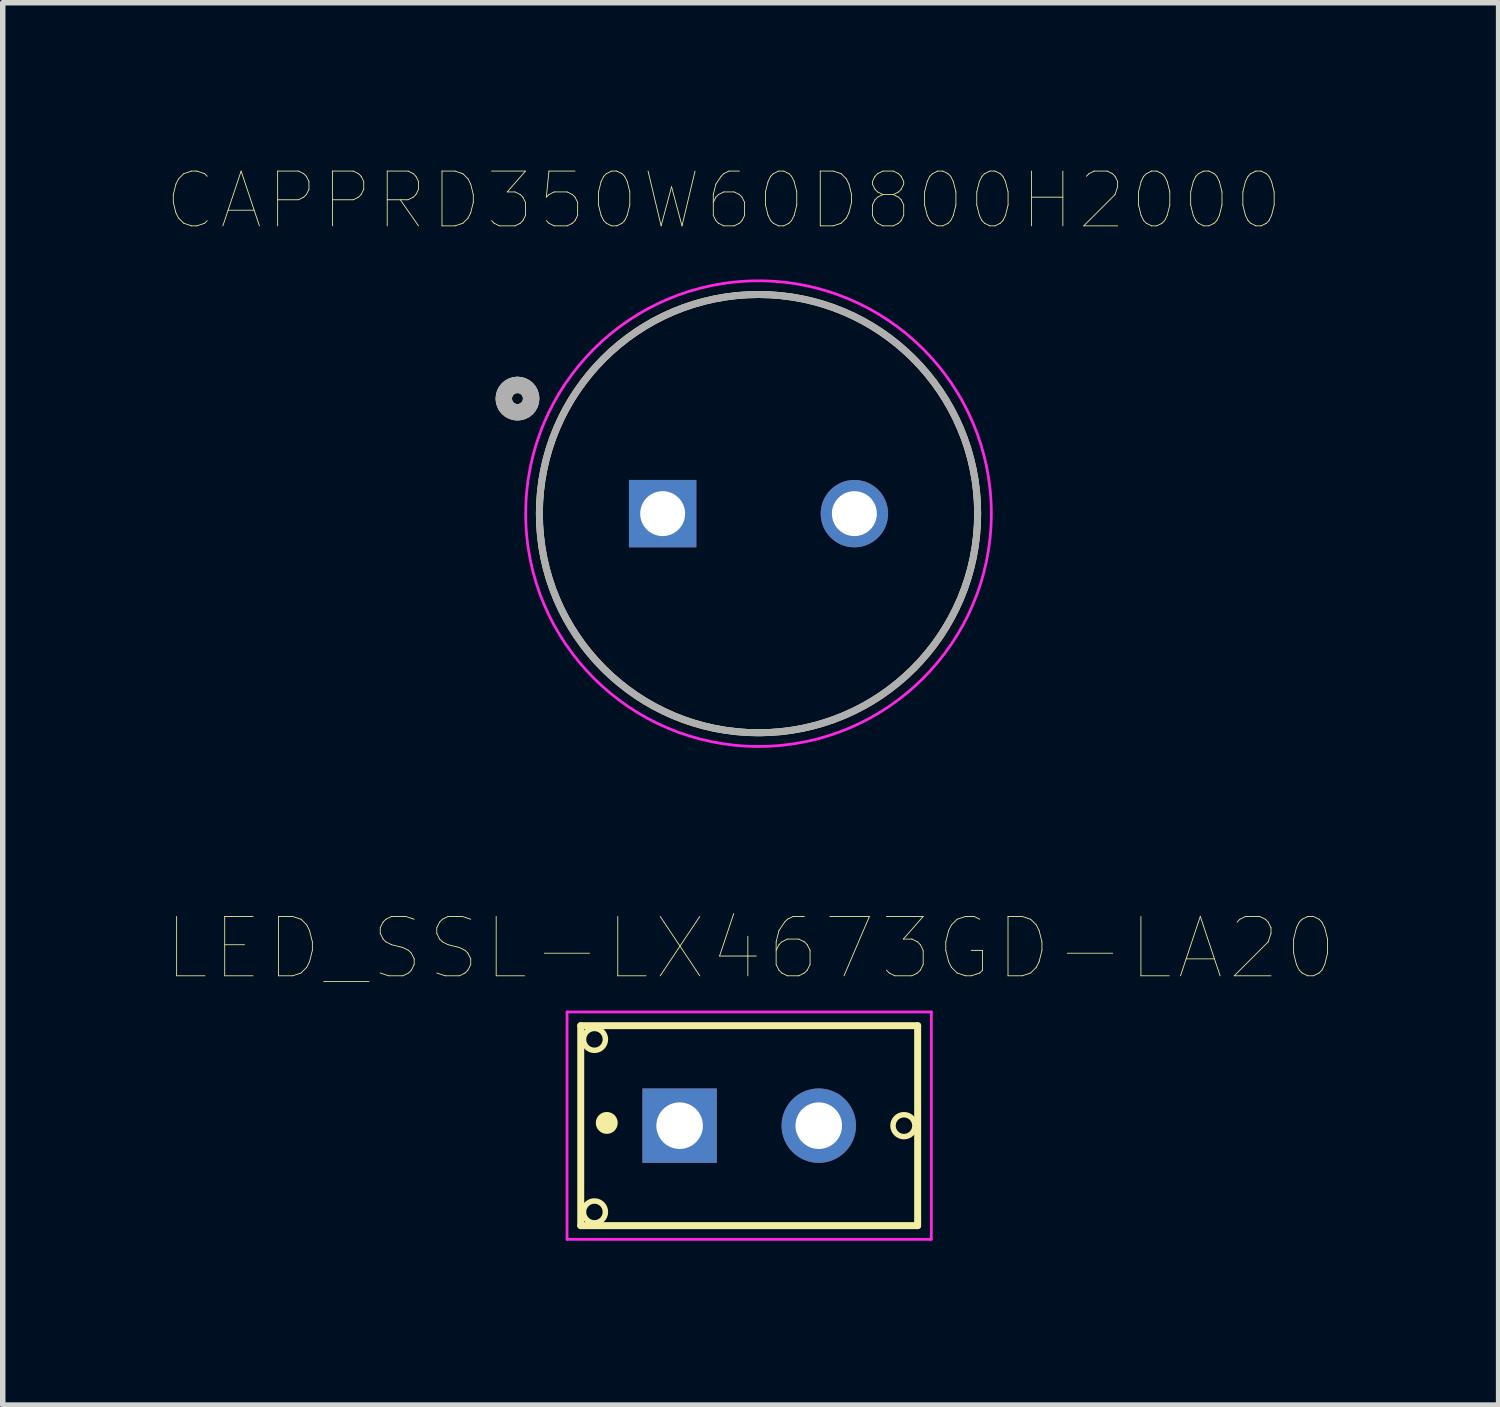
<source format=kicad_pcb>
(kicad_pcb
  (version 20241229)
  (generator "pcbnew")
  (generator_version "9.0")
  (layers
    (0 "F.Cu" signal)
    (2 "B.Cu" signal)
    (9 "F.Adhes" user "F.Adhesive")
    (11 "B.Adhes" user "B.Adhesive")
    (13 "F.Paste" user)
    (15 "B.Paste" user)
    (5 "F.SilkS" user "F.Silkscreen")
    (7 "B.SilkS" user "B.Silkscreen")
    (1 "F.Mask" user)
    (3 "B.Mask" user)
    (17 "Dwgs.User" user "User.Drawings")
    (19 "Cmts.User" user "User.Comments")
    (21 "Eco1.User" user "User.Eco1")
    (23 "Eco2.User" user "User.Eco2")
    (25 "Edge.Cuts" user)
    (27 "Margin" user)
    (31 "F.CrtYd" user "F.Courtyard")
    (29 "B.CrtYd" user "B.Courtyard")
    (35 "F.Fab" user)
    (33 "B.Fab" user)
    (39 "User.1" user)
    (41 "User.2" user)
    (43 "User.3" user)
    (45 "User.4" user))
  (footprint "LED_SSL-LX4673GD-LA20"
    (layer "F.Cu")
    (at 10.626 17.498)
    (property "Reference" "LED_SSL-LX4673GD-LA20" (at 0.027 -3.236 0) (layer "F.SilkS") (effects (font (size 1.084 1.084) (thickness 0.015))))
    (attr through_hole)
    (fp_line (start -3.075 -1.825) (end 3.075 -1.825) (stroke (width 0.127) (type solid)) (layer "F.SilkS"))
    (fp_line (start -3.075 1.825) (end -3.075 -1.825) (stroke (width 0.127) (type solid)) (layer "F.SilkS"))
    (fp_line (start 3.075 -1.825) (end 3.075 1.825) (stroke (width 0.127) (type solid)) (layer "F.SilkS"))
    (fp_line (start 3.075 1.825) (end -3.075 1.825) (stroke (width 0.127) (type solid)) (layer "F.SilkS"))
    (fp_circle (center -2.825 -1.575) (end -2.625 -1.575) (stroke (width 0.1) (type solid)) (fill no) (layer "F.SilkS"))
    (fp_circle (center -2.825 1.575) (end -2.625 1.575) (stroke (width 0.1) (type solid)) (fill no) (layer "F.SilkS"))
    (fp_circle (center -2.6 -0.05) (end -2.5 -0.05) (stroke (width 0.2) (type solid)) (fill no) (layer "F.SilkS"))
    (fp_circle (center 2.825 0) (end 3.025 0) (stroke (width 0.1) (type solid)) (fill no) (layer "F.SilkS"))
    (fp_line (start -3.325 -2.075) (end 3.325 -2.075) (stroke (width 0.05) (type solid)) (layer "F.CrtYd"))
    (fp_line (start -3.325 2.075) (end -3.325 -2.075) (stroke (width 0.05) (type solid)) (layer "F.CrtYd"))
    (fp_line (start 3.325 -2.075) (end 3.325 2.075) (stroke (width 0.05) (type solid)) (layer "F.CrtYd"))
    (fp_line (start 3.325 2.075) (end -3.325 2.075) (stroke (width 0.05) (type solid)) (layer "F.CrtYd"))
    (pad "A" thru_hole rect (at -1.27 0) (size 1.358 1.358) (drill 0.85) (layers "*.Cu" "*.Mask"))
    (pad "C" thru_hole circle (at 1.27 0) (size 1.358 1.358) (drill 0.85) (layers "*.Cu" "*.Mask")))
  (footprint "CAPPRD350W60D800H2000"
    (layer "F.Cu")
    (at 10.796 6.326)
    (property "Reference" "CAPPRD350W60D800H2000" (at -0.635 -5.715 0) (layer "F.SilkS") (effects (font (size 1 1) (thickness 0.015))))
    (attr through_hole)
    (fp_circle (center -4.4 -2.1) (end -4.3 -2.1) (stroke (width 0.3) (type solid)) (fill no) (layer "F.SilkS"))
    (fp_circle (center 0 0) (end 4 0) (stroke (width 0.127) (type solid)) (fill no) (layer "F.SilkS"))
    (fp_circle (center 0 0) (end 4.25 0) (stroke (width 0.05) (type solid)) (fill no) (layer "F.CrtYd"))
    (fp_circle (center -4.4 -2.1) (end -4.3 -2.1) (stroke (width 0.3) (type solid)) (fill no) (layer "F.Fab"))
    (fp_circle (center 0 0) (end 4 0) (stroke (width 0.127) (type solid)) (fill no) (layer "F.Fab"))
    (pad "1" thru_hole rect (at -1.75 0) (size 1.23 1.23) (drill 0.82) (layers "*.Cu" "*.Mask"))
    (pad "2" thru_hole circle (at 1.75 0) (size 1.23 1.23) (drill 0.82) (layers "*.Cu" "*.Mask")))
  (gr_rect
    (start -3 -3)
    (end 24.306 22.598)
    (stroke (width 0.1) (type default))
    (fill no)
    (layer "Edge.Cuts")))
</source>
